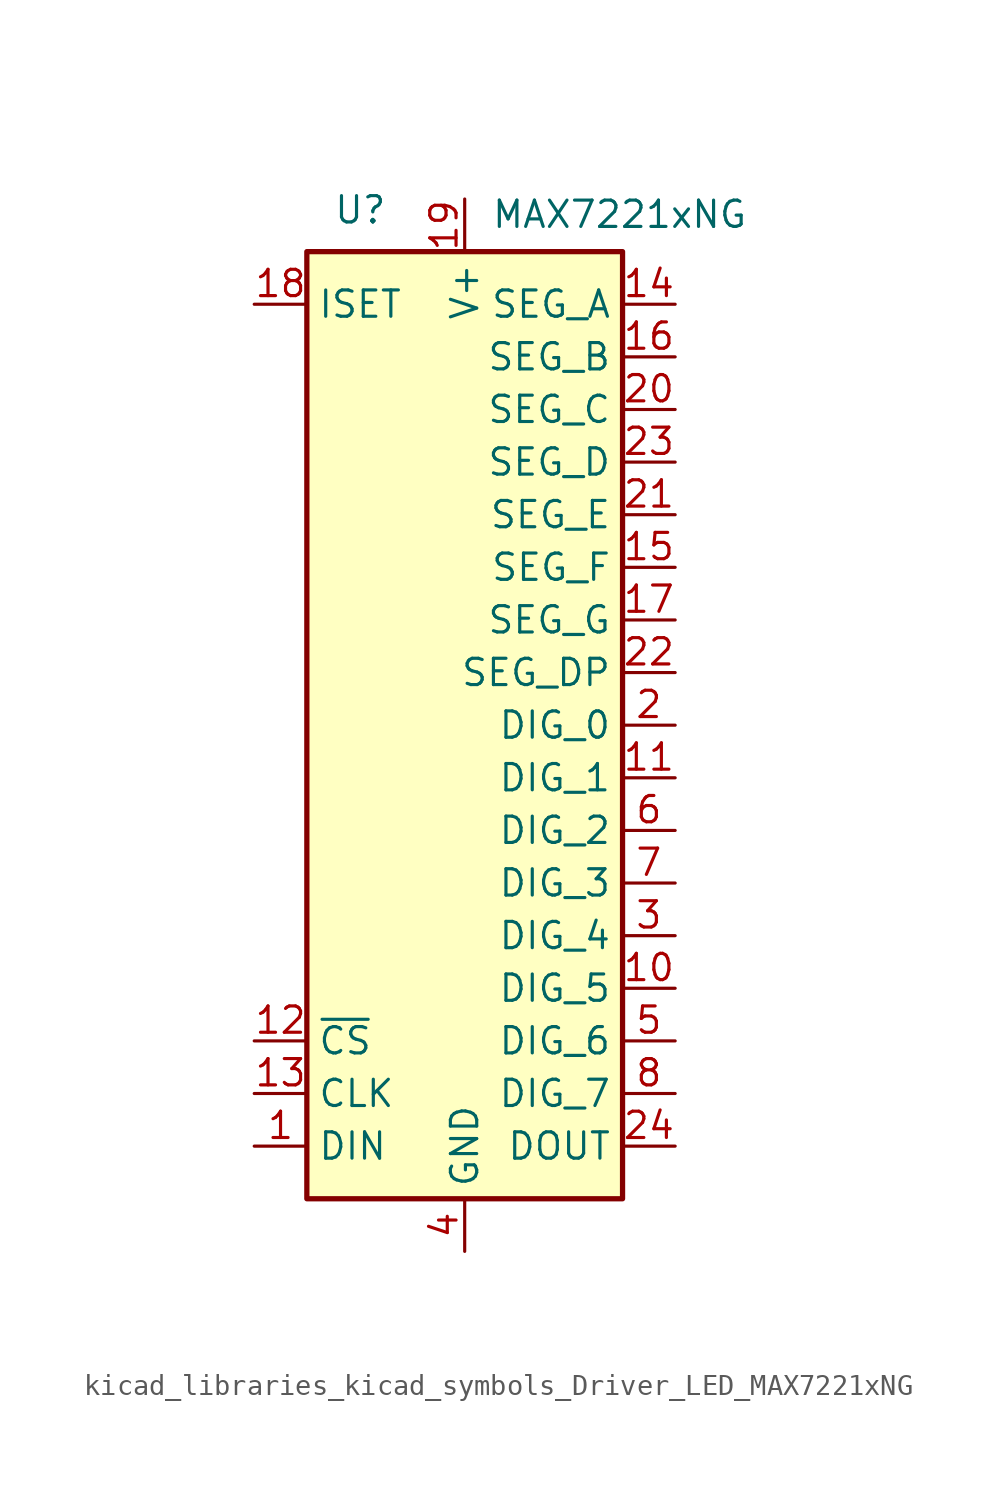
<source format=kicad_sym>
(kicad_symbol_lib
  (version 20220914)
  (generator kicad_symbol_editor)
  (symbol "kicad_libraries_kicad_symbols_Driver_LED_MAX7221xNG"
    (property "Reference" "U"
      (at -6.35 24.13 0)
      (effects (font (size 1.27 1.27)) (justify left bottom)))
    (property "Value" "MAX7221xNG"
      (at 1.27 25.4 0)
      (effects (font (size 1.27 1.27)) (justify left top)))
    (symbol "kicad_libraries_kicad_symbols_Driver_LED_MAX7221xNG_0_1"
      (rectangle (start -7.62 22.86) (end 7.62 -22.86) (stroke (width 0.254) (type default)) (fill (type background))))
    (symbol "kicad_libraries_kicad_symbols_Driver_LED_MAX7221xNG_1_1"
      (pin input line (at -10.16 -20.32 0) (length 2.54) (name "DIN" (effects (font (size 1.27 1.27)))) (number "1" (effects (font (size 1.27 1.27)))))
      (pin open_collector line (at 10.16 -12.7 180) (length 2.54) (name "DIG_5" (effects (font (size 1.27 1.27)))) (number "10" (effects (font (size 1.27 1.27)))))
      (pin open_collector line (at 10.16 -2.54 180) (length 2.54) (name "DIG_1" (effects (font (size 1.27 1.27)))) (number "11" (effects (font (size 1.27 1.27)))))
      (pin input line (at -10.16 -15.24 0) (length 2.54) (name "~{CS}" (effects (font (size 1.27 1.27)))) (number "12" (effects (font (size 1.27 1.27)))))
      (pin input line (at -10.16 -17.78 0) (length 2.54) (name "CLK" (effects (font (size 1.27 1.27)))) (number "13" (effects (font (size 1.27 1.27)))))
      (pin open_emitter line (at 10.16 20.32 180) (length 2.54) (name "SEG_A" (effects (font (size 1.27 1.27)))) (number "14" (effects (font (size 1.27 1.27)))))
      (pin open_emitter line (at 10.16 7.62 180) (length 2.54) (name "SEG_F" (effects (font (size 1.27 1.27)))) (number "15" (effects (font (size 1.27 1.27)))))
      (pin open_emitter line (at 10.16 17.78 180) (length 2.54) (name "SEG_B" (effects (font (size 1.27 1.27)))) (number "16" (effects (font (size 1.27 1.27)))))
      (pin open_emitter line (at 10.16 5.08 180) (length 2.54) (name "SEG_G" (effects (font (size 1.27 1.27)))) (number "17" (effects (font (size 1.27 1.27)))))
      (pin input line (at -10.16 20.32 0) (length 2.54) (name "ISET" (effects (font (size 1.27 1.27)))) (number "18" (effects (font (size 1.27 1.27)))))
      (pin power_in line (at 0 25.4 270) (length 2.54) (name "V+" (effects (font (size 1.27 1.27)))) (number "19" (effects (font (size 1.27 1.27)))))
      (pin open_collector line (at 10.16 0 180) (length 2.54) (name "DIG_0" (effects (font (size 1.27 1.27)))) (number "2" (effects (font (size 1.27 1.27)))))
      (pin open_emitter line (at 10.16 15.24 180) (length 2.54) (name "SEG_C" (effects (font (size 1.27 1.27)))) (number "20" (effects (font (size 1.27 1.27)))))
      (pin open_emitter line (at 10.16 10.16 180) (length 2.54) (name "SEG_E" (effects (font (size 1.27 1.27)))) (number "21" (effects (font (size 1.27 1.27)))))
      (pin open_emitter line (at 10.16 2.54 180) (length 2.54) (name "SEG_DP" (effects (font (size 1.27 1.27)))) (number "22" (effects (font (size 1.27 1.27)))))
      (pin open_emitter line (at 10.16 12.7 180) (length 2.54) (name "SEG_D" (effects (font (size 1.27 1.27)))) (number "23" (effects (font (size 1.27 1.27)))))
      (pin output line (at 10.16 -20.32 180) (length 2.54) (name "DOUT" (effects (font (size 1.27 1.27)))) (number "24" (effects (font (size 1.27 1.27)))))
      (pin open_collector line (at 10.16 -10.16 180) (length 2.54) (name "DIG_4" (effects (font (size 1.27 1.27)))) (number "3" (effects (font (size 1.27 1.27)))))
      (pin power_in line (at 0 -25.4 90) (length 2.54) (name "GND" (effects (font (size 1.27 1.27)))) (number "4" (effects (font (size 1.27 1.27)))))
      (pin open_collector line (at 10.16 -15.24 180) (length 2.54) (name "DIG_6" (effects (font (size 1.27 1.27)))) (number "5" (effects (font (size 1.27 1.27)))))
      (pin open_collector line (at 10.16 -5.08 180) (length 2.54) (name "DIG_2" (effects (font (size 1.27 1.27)))) (number "6" (effects (font (size 1.27 1.27)))))
      (pin open_collector line (at 10.16 -7.62 180) (length 2.54) (name "DIG_3" (effects (font (size 1.27 1.27)))) (number "7" (effects (font (size 1.27 1.27)))))
      (pin open_collector line (at 10.16 -17.78 180) (length 2.54) (name "DIG_7" (effects (font (size 1.27 1.27)))) (number "8" (effects (font (size 1.27 1.27)))))
      (pin passive line (at 0 -25.4 90) (length 2.54) hide (name "GND" (effects (font (size 1.27 1.27)))) (number "9" (effects (font (size 1.27 1.27))))))))
</source>
